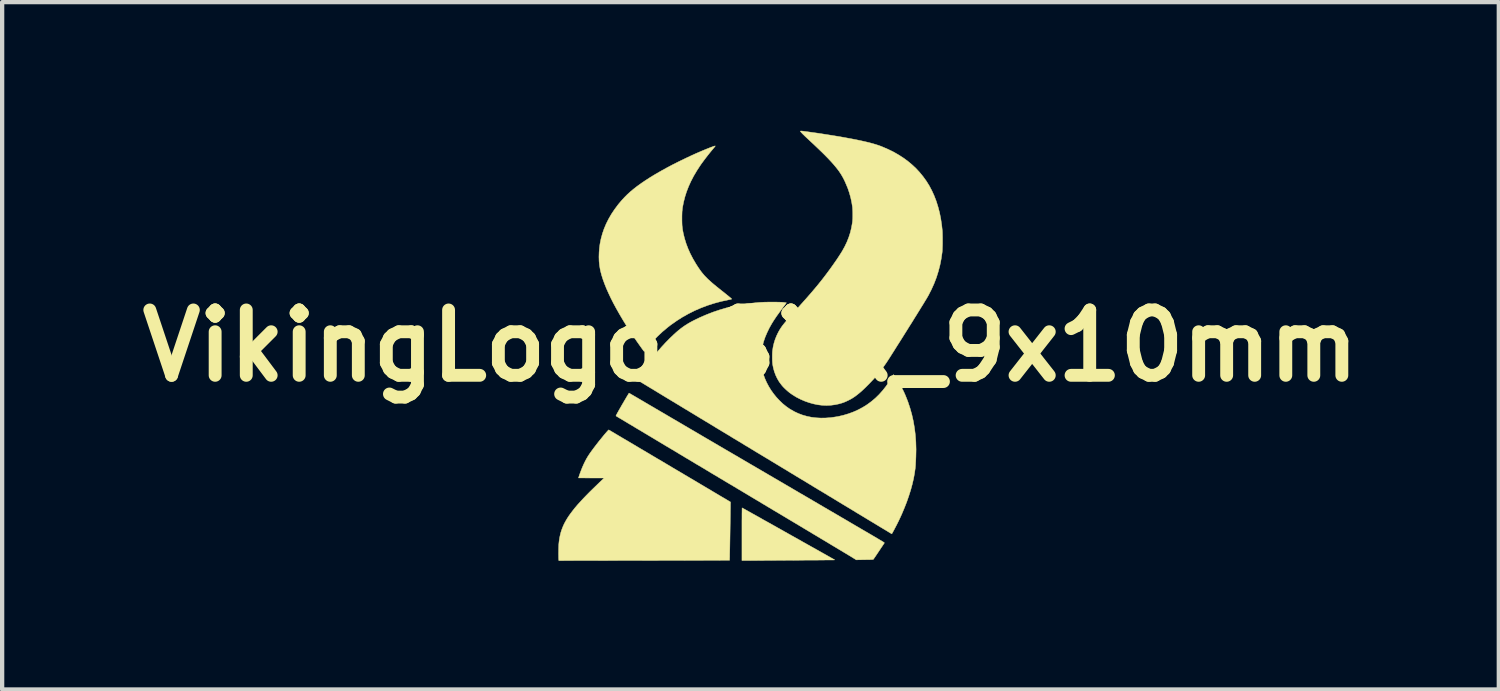
<source format=kicad_pcb>
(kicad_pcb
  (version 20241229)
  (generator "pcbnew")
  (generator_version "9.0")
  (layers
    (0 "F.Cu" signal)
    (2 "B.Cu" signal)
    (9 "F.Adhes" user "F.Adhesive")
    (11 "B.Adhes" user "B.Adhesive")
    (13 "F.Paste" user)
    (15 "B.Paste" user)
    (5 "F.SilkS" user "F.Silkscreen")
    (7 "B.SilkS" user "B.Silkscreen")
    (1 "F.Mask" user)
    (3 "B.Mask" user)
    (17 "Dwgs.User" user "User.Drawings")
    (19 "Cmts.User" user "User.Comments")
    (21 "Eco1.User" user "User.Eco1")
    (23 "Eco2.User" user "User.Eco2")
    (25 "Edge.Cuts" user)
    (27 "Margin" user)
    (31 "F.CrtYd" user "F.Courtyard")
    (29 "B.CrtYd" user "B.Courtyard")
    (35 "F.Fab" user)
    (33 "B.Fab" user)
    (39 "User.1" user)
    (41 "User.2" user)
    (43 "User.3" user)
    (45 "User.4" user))
  (footprint "VikingLogo_Silk_9x10mm"
    (layer "F.Cu")
    (at 14.449 5.012)
    (property "Reference" "VikingLogo_Silk_9x10mm" (at 0 0 0) (layer "F.SilkS") (effects (font (size 1.524 1.524) (thickness 0.3))))
    (attr through_hole)
    (fp_poly (pts (xy -0.191 3.782) (xy -0.18 3.788) (xy -0.162 3.798) (xy -0.139 3.81) (xy -0.111 3.826) (xy -0.078 3.844) (xy -0.042 3.865) (xy -0.001 3.887) (xy 0.042 3.912) (xy 0.088 3.937) (xy 0.113 3.951) (xy 0.148 3.971) (xy 0.19 3.994) (xy 0.238 4.021) (xy 0.291 4.052) (xy 0.35 4.085) (xy 0.414 4.12) (xy 0.482 4.158) (xy 0.553 4.198) (xy 0.627 4.24) (xy 0.704 4.283) (xy 0.782 4.327) (xy 0.862 4.372) (xy 0.943 4.418) (xy 1.024 4.463) (xy 1.105 4.508) (xy 1.185 4.553) (xy 1.187 4.555) (xy 1.262 4.597) (xy 1.335 4.638) (xy 1.406 4.678) (xy 1.474 4.716) (xy 1.539 4.752) (xy 1.601 4.787) (xy 1.659 4.82) (xy 1.713 4.85) (xy 1.763 4.878) (xy 1.808 4.904) (xy 1.848 4.926) (xy 1.882 4.946) (xy 1.911 4.962) (xy 1.934 4.975) (xy 1.95 4.984) (xy 1.959 4.99) (xy 1.962 4.991) (xy 1.96 4.993) (xy 1.95 4.994) (xy 1.932 4.995) (xy 1.909 4.995) (xy 1.899 4.995) (xy 1.882 4.996) (xy 1.856 4.996) (xy 1.824 4.996) (xy 1.784 4.996) (xy 1.738 4.996) (xy 1.687 4.997) (xy 1.629 4.997) (xy 1.567 4.998) (xy 1.5 4.998) (xy 1.429 4.998) (xy 1.353 4.999) (xy 1.275 4.999) (xy 1.193 5) (xy 1.109 5.001) (xy 1.022 5.001) (xy 0.936 5.002) (xy 0.846 5.002) (xy 0.759 5.003) (xy 0.673 5.003) (xy 0.589 5.004) (xy 0.508 5.004) (xy 0.43 5.005) (xy 0.356 5.005) (xy 0.285 5.006) (xy 0.22 5.006) (xy 0.159 5.007) (xy 0.103 5.007) (xy 0.054 5.007) (xy 0.01 5.007) (xy -0.026 5.008) (xy -0.056 5.008) (xy -0.078 5.008) (xy -0.09 5.008) (xy -0.199 5.008) (xy -0.199 4.394) (xy -0.199 4.307) (xy -0.199 4.226) (xy -0.199 4.151) (xy -0.199 4.082) (xy -0.198 4.019) (xy -0.198 3.964) (xy -0.198 3.915) (xy -0.197 3.873) (xy -0.197 3.839) (xy -0.196 3.812) (xy -0.196 3.794) (xy -0.195 3.783) (xy -0.195 3.78) (xy -0.191 3.782)) (stroke (width 0.01) (type solid)) (fill yes) (layer "F.SilkS"))
    (fp_poly (pts (xy -3.304 1.962) (xy -3.3 1.964) (xy -3.29 1.97) (xy -3.272 1.98) (xy -3.248 1.995) (xy -3.218 2.012) (xy -3.182 2.033) (xy -3.141 2.058) (xy -3.095 2.085) (xy -3.043 2.116) (xy -2.988 2.149) (xy -2.928 2.184) (xy -2.863 2.222) (xy -2.796 2.262) (xy -2.725 2.304) (xy -2.651 2.348) (xy -2.574 2.394) (xy -2.494 2.441) (xy -2.413 2.489) (xy -2.33 2.538) (xy -2.245 2.589) (xy -2.159 2.64) (xy -2.071 2.691) (xy -1.984 2.743) (xy -1.896 2.795) (xy -1.808 2.848) (xy -1.72 2.9) (xy -1.633 2.951) (xy -1.546 3.003) (xy -1.461 3.053) (xy -1.377 3.103) (xy -1.295 3.151) (xy -1.215 3.199) (xy -1.138 3.245) (xy -1.063 3.289) (xy -0.991 3.332) (xy -0.923 3.372) (xy -0.858 3.411) (xy -0.797 3.447) (xy -0.74 3.481) (xy -0.688 3.512) (xy -0.64 3.54) (xy -0.597 3.565) (xy -0.56 3.587) (xy -0.529 3.606) (xy -0.504 3.621) (xy -0.485 3.632) (xy -0.472 3.64) (xy -0.467 3.643) (xy -0.466 3.643) (xy -0.466 3.648) (xy -0.466 3.66) (xy -0.466 3.679) (xy -0.467 3.706) (xy -0.467 3.738) (xy -0.467 3.777) (xy -0.468 3.82) (xy -0.469 3.869) (xy -0.469 3.921) (xy -0.47 3.977) (xy -0.471 4.036) (xy -0.472 4.097) (xy -0.473 4.16) (xy -0.474 4.225) (xy -0.475 4.29) (xy -0.476 4.356) (xy -0.477 4.421) (xy -0.478 4.486) (xy -0.479 4.549) (xy -0.48 4.61) (xy -0.481 4.669) (xy -0.482 4.725) (xy -0.483 4.777) (xy -0.484 4.826) (xy -0.485 4.869) (xy -0.485 4.907) (xy -0.486 4.94) (xy -0.487 4.966) (xy -0.487 4.986) (xy -0.487 4.998) (xy -0.488 5.002) (xy -0.492 5.002) (xy -0.504 5.002) (xy -0.525 5.002) (xy -0.553 5.002) (xy -0.588 5.002) (xy -0.631 5.002) (xy -0.681 5.002) (xy -0.737 5.003) (xy -0.799 5.003) (xy -0.868 5.003) (xy -0.943 5.003) (xy -1.023 5.003) (xy -1.108 5.004) (xy -1.199 5.004) (xy -1.294 5.004) (xy -1.394 5.004) (xy -1.498 5.004) (xy -1.606 5.005) (xy -1.718 5.005) (xy -1.834 5.005) (xy -1.953 5.005) (xy -2.074 5.005) (xy -2.199 5.006) (xy -2.325 5.006) (xy -2.454 5.006) (xy -2.479 5.006) (xy -4.469 5.009) (xy -4.472 4.98) (xy -4.473 4.961) (xy -4.474 4.936) (xy -4.474 4.904) (xy -4.475 4.869) (xy -4.475 4.831) (xy -4.474 4.791) (xy -4.474 4.751) (xy -4.473 4.713) (xy -4.472 4.678) (xy -4.471 4.647) (xy -4.469 4.621) (xy -4.468 4.61) (xy -4.461 4.547) (xy -4.452 4.487) (xy -4.44 4.428) (xy -4.426 4.369) (xy -4.409 4.312) (xy -4.388 4.255) (xy -4.365 4.198) (xy -4.338 4.141) (xy -4.307 4.084) (xy -4.272 4.025) (xy -4.233 3.965) (xy -4.189 3.904) (xy -4.141 3.841) (xy -4.089 3.775) (xy -4.031 3.707) (xy -3.967 3.637) (xy -3.899 3.563) (xy -3.824 3.485) (xy -3.744 3.404) (xy -3.657 3.319) (xy -3.564 3.229) (xy -3.483 3.151) (xy -3.411 3.084) (xy -3.71 3.083) (xy -4.01 3.082) (xy -4.007 3.072) (xy -3.982 2.996) (xy -3.954 2.92) (xy -3.924 2.844) (xy -3.892 2.77) (xy -3.858 2.7) (xy -3.824 2.635) (xy -3.789 2.576) (xy -3.775 2.555) (xy -3.737 2.498) (xy -3.692 2.436) (xy -3.642 2.369) (xy -3.587 2.297) (xy -3.527 2.22) (xy -3.484 2.168) (xy -3.446 2.121) (xy -3.412 2.079) (xy -3.382 2.044) (xy -3.357 2.015) (xy -3.336 1.992) (xy -3.321 1.975) (xy -3.31 1.965) (xy -3.305 1.961) (xy -3.304 1.962)) (stroke (width 0.01) (type solid)) (fill yes) (layer "F.SilkS"))
    (fp_poly (pts (xy -2.827 1.106) (xy -2.816 1.113) (xy -2.798 1.123) (xy -2.776 1.136) (xy -2.748 1.152) (xy -2.717 1.17) (xy -2.681 1.191) (xy -2.643 1.213) (xy -2.602 1.237) (xy -2.58 1.25) (xy -2.436 1.335) (xy -2.291 1.42) (xy -2.146 1.505) (xy -2 1.59) (xy -1.853 1.677) (xy -1.703 1.764) (xy -1.552 1.853) (xy -1.399 1.943) (xy -1.243 2.034) (xy -1.084 2.128) (xy -0.921 2.223) (xy -0.754 2.321) (xy -0.583 2.421) (xy -0.408 2.523) (xy -0.227 2.629) (xy -0.041 2.738) (xy 0.151 2.85) (xy 0.348 2.965) (xy 0.553 3.085) (xy 0.764 3.208) (xy 0.817 3.239) (xy 0.979 3.334) (xy 1.137 3.427) (xy 1.292 3.517) (xy 1.444 3.606) (xy 1.591 3.692) (xy 1.734 3.776) (xy 1.873 3.857) (xy 2.007 3.935) (xy 2.136 4.011) (xy 2.26 4.083) (xy 2.378 4.153) (xy 2.491 4.219) (xy 2.597 4.281) (xy 2.697 4.339) (xy 2.791 4.394) (xy 2.878 4.445) (xy 2.946 4.485) (xy 2.989 4.511) (xy 3.026 4.533) (xy 3.057 4.551) (xy 3.081 4.566) (xy 3.099 4.577) (xy 3.112 4.586) (xy 3.119 4.592) (xy 3.122 4.596) (xy 3.122 4.596) (xy 3.12 4.601) (xy 3.113 4.612) (xy 3.102 4.628) (xy 3.088 4.649) (xy 3.072 4.674) (xy 3.053 4.701) (xy 3.033 4.731) (xy 3.012 4.763) (xy 2.991 4.795) (xy 2.969 4.827) (xy 2.949 4.858) (xy 2.929 4.887) (xy 2.911 4.914) (xy 2.895 4.937) (xy 2.882 4.956) (xy 2.872 4.971) (xy 2.866 4.979) (xy 2.864 4.981) (xy 2.86 4.983) (xy 2.851 4.984) (xy 2.835 4.985) (xy 2.813 4.986) (xy 2.785 4.987) (xy 2.749 4.988) (xy 2.705 4.988) (xy 2.663 4.989) (xy 2.466 4.992) (xy 2.346 4.917) (xy 2.336 4.911) (xy 2.319 4.901) (xy 2.295 4.887) (xy 2.265 4.868) (xy 2.228 4.846) (xy 2.184 4.82) (xy 2.135 4.79) (xy 2.079 4.757) (xy 2.018 4.72) (xy 1.951 4.68) (xy 1.879 4.637) (xy 1.802 4.59) (xy 1.72 4.541) (xy 1.632 4.489) (xy 1.541 4.434) (xy 1.445 4.377) (xy 1.344 4.316) (xy 1.24 4.254) (xy 1.132 4.189) (xy 1.02 4.122) (xy 0.904 4.053) (xy 0.786 3.982) (xy 0.664 3.909) (xy 0.539 3.835) (xy 0.412 3.759) (xy 0.282 3.681) (xy 0.15 3.602) (xy 0.016 3.522) (xy -0.12 3.44) (xy -0.258 3.358) (xy -0.398 3.274) (xy -0.452 3.242) (xy -0.592 3.159) (xy -0.729 3.077) (xy -0.865 2.996) (xy -0.998 2.916) (xy -1.129 2.837) (xy -1.258 2.761) (xy -1.384 2.685) (xy -1.507 2.612) (xy -1.627 2.54) (xy -1.743 2.47) (xy -1.857 2.402) (xy -1.967 2.337) (xy -2.073 2.273) (xy -2.175 2.212) (xy -2.273 2.153) (xy -2.367 2.097) (xy -2.456 2.044) (xy -2.54 1.993) (xy -2.62 1.946) (xy -2.695 1.901) (xy -2.764 1.859) (xy -2.829 1.821) (xy -2.887 1.786) (xy -2.94 1.754) (xy -2.987 1.726) (xy -3.028 1.701) (xy -3.063 1.681) (xy -3.091 1.664) (xy -3.112 1.651) (xy -3.127 1.642) (xy -3.135 1.637) (xy -3.136 1.637) (xy -3.136 1.634) (xy -3.134 1.628) (xy -3.13 1.619) (xy -3.123 1.605) (xy -3.113 1.587) (xy -3.101 1.564) (xy -3.085 1.536) (xy -3.066 1.502) (xy -3.043 1.462) (xy -3.016 1.415) (xy -2.989 1.367) (xy -2.963 1.324) (xy -2.94 1.283) (xy -2.917 1.245) (xy -2.897 1.21) (xy -2.878 1.179) (xy -2.862 1.153) (xy -2.849 1.131) (xy -2.84 1.116) (xy -2.833 1.107) (xy -2.831 1.104) (xy -2.827 1.106)) (stroke (width 0.01) (type solid)) (fill yes) (layer "F.SilkS"))
    (fp_poly (pts (xy -0.822 -4.66) (xy -0.822 -4.656) (xy -0.827 -4.647) (xy -0.839 -4.632) (xy -0.854 -4.614) (xy -0.9 -4.559) (xy -0.947 -4.502) (xy -0.994 -4.443) (xy -1.04 -4.384) (xy -1.083 -4.327) (xy -1.123 -4.273) (xy -1.159 -4.223) (xy -1.169 -4.208) (xy -1.25 -4.084) (xy -1.323 -3.961) (xy -1.387 -3.838) (xy -1.443 -3.715) (xy -1.49 -3.593) (xy -1.529 -3.471) (xy -1.56 -3.349) (xy -1.574 -3.277) (xy -1.581 -3.241) (xy -1.586 -3.21) (xy -1.589 -3.181) (xy -1.592 -3.154) (xy -1.595 -3.126) (xy -1.596 -3.095) (xy -1.597 -3.062) (xy -1.598 -3.023) (xy -1.598 -2.977) (xy -1.598 -2.97) (xy -1.598 -2.918) (xy -1.597 -2.874) (xy -1.596 -2.835) (xy -1.594 -2.799) (xy -1.59 -2.766) (xy -1.586 -2.732) (xy -1.581 -2.697) (xy -1.574 -2.66) (xy -1.567 -2.623) (xy -1.538 -2.504) (xy -1.501 -2.384) (xy -1.456 -2.265) (xy -1.403 -2.146) (xy -1.341 -2.027) (xy -1.271 -1.908) (xy -1.23 -1.844) (xy -1.203 -1.804) (xy -1.178 -1.768) (xy -1.153 -1.733) (xy -1.127 -1.7) (xy -1.101 -1.669) (xy -1.074 -1.637) (xy -1.044 -1.606) (xy -1.013 -1.574) (xy -0.979 -1.541) (xy -0.941 -1.507) (xy -0.9 -1.47) (xy -0.854 -1.431) (xy -0.803 -1.389) (xy -0.747 -1.344) (xy -0.685 -1.294) (xy -0.631 -1.252) (xy -0.585 -1.215) (xy -0.546 -1.183) (xy -0.513 -1.157) (xy -0.486 -1.134) (xy -0.465 -1.117) (xy -0.45 -1.104) (xy -0.441 -1.095) (xy -0.437 -1.09) (xy -0.441 -1.088) (xy -0.452 -1.084) (xy -0.469 -1.08) (xy -0.492 -1.075) (xy -0.52 -1.07) (xy -0.522 -1.069) (xy -0.685 -1.034) (xy -0.845 -0.991) (xy -1.001 -0.941) (xy -1.154 -0.883) (xy -1.304 -0.818) (xy -1.449 -0.745) (xy -1.59 -0.666) (xy -1.726 -0.579) (xy -1.858 -0.486) (xy -1.939 -0.423) (xy -2.053 -0.327) (xy -2.16 -0.227) (xy -2.261 -0.124) (xy -2.354 -0.019) (xy -2.43 0.077) (xy -2.445 0.096) (xy -2.457 0.112) (xy -2.467 0.124) (xy -2.474 0.132) (xy -2.476 0.134) (xy -2.479 0.131) (xy -2.487 0.123) (xy -2.496 0.112) (xy -2.499 0.108) (xy -2.531 0.064) (xy -2.567 0.014) (xy -2.605 -0.04) (xy -2.644 -0.095) (xy -2.683 -0.152) (xy -2.721 -0.207) (xy -2.756 -0.26) (xy -2.789 -0.308) (xy -2.8 -0.326) (xy -2.891 -0.466) (xy -2.975 -0.603) (xy -3.054 -0.737) (xy -3.127 -0.866) (xy -3.195 -0.991) (xy -3.256 -1.112) (xy -3.311 -1.229) (xy -3.361 -1.341) (xy -3.404 -1.449) (xy -3.441 -1.551) (xy -3.472 -1.649) (xy -3.496 -1.741) (xy -3.505 -1.784) (xy -3.52 -1.875) (xy -3.53 -1.971) (xy -3.533 -2.071) (xy -3.53 -2.174) (xy -3.522 -2.278) (xy -3.509 -2.375) (xy -3.485 -2.494) (xy -3.453 -2.612) (xy -3.413 -2.728) (xy -3.365 -2.842) (xy -3.308 -2.956) (xy -3.244 -3.067) (xy -3.17 -3.178) (xy -3.089 -3.287) (xy -3.072 -3.308) (xy -3.008 -3.384) (xy -2.943 -3.455) (xy -2.876 -3.523) (xy -2.804 -3.589) (xy -2.727 -3.653) (xy -2.644 -3.718) (xy -2.553 -3.783) (xy -2.547 -3.788) (xy -2.442 -3.859) (xy -2.33 -3.931) (xy -2.209 -4.004) (xy -2.082 -4.077) (xy -1.948 -4.151) (xy -1.808 -4.225) (xy -1.663 -4.298) (xy -1.512 -4.371) (xy -1.357 -4.444) (xy -1.342 -4.45) (xy -1.295 -4.472) (xy -1.247 -4.493) (xy -1.198 -4.514) (xy -1.15 -4.535) (xy -1.102 -4.555) (xy -1.056 -4.574) (xy -1.012 -4.592) (xy -0.971 -4.608) (xy -0.934 -4.623) (xy -0.901 -4.635) (xy -0.872 -4.646) (xy -0.85 -4.653) (xy -0.833 -4.658) (xy -0.823 -4.66) (xy -0.822 -4.66)) (stroke (width 0.01) (type solid)) (fill yes) (layer "F.SilkS"))
    (fp_poly (pts (xy 0.558 -1.018) (xy 0.605 -1.018) (xy 0.65 -1.017) (xy 0.69 -1.016) (xy 0.725 -1.015) (xy 0.755 -1.013) (xy 0.777 -1.011) (xy 0.783 -1.01) (xy 0.803 -1.007) (xy 0.82 -1.005) (xy 0.832 -1.003) (xy 0.837 -1.002) (xy 0.837 -1.001) (xy 0.835 -0.998) (xy 0.828 -0.988) (xy 0.818 -0.973) (xy 0.803 -0.954) (xy 0.786 -0.93) (xy 0.766 -0.904) (xy 0.745 -0.875) (xy 0.736 -0.863) (xy 0.692 -0.805) (xy 0.654 -0.752) (xy 0.619 -0.704) (xy 0.588 -0.659) (xy 0.56 -0.617) (xy 0.533 -0.576) (xy 0.508 -0.535) (xy 0.499 -0.521) (xy 0.438 -0.413) (xy 0.386 -0.305) (xy 0.341 -0.199) (xy 0.305 -0.093) (xy 0.278 0.012) (xy 0.259 0.117) (xy 0.248 0.22) (xy 0.245 0.323) (xy 0.251 0.425) (xy 0.266 0.526) (xy 0.277 0.583) (xy 0.303 0.675) (xy 0.337 0.767) (xy 0.378 0.859) (xy 0.425 0.948) (xy 0.479 1.036) (xy 0.539 1.12) (xy 0.604 1.2) (xy 0.674 1.275) (xy 0.747 1.346) (xy 0.825 1.41) (xy 0.905 1.467) (xy 0.928 1.481) (xy 1.02 1.534) (xy 1.116 1.579) (xy 1.215 1.616) (xy 1.317 1.645) (xy 1.423 1.667) (xy 1.531 1.68) (xy 1.643 1.686) (xy 1.758 1.684) (xy 1.876 1.675) (xy 1.997 1.657) (xy 2.045 1.649) (xy 2.169 1.62) (xy 2.289 1.584) (xy 2.405 1.541) (xy 2.516 1.491) (xy 2.622 1.434) (xy 2.724 1.37) (xy 2.82 1.299) (xy 2.913 1.221) (xy 3 1.136) (xy 3.083 1.043) (xy 3.161 0.944) (xy 3.235 0.838) (xy 3.296 0.737) (xy 3.333 0.673) (xy 3.343 0.683) (xy 3.354 0.694) (xy 3.368 0.711) (xy 3.384 0.733) (xy 3.402 0.757) (xy 3.419 0.783) (xy 3.436 0.809) (xy 3.448 0.829) (xy 3.463 0.855) (xy 3.481 0.887) (xy 3.5 0.924) (xy 3.52 0.964) (xy 3.541 1.005) (xy 3.561 1.046) (xy 3.58 1.085) (xy 3.596 1.121) (xy 3.61 1.152) (xy 3.611 1.154) (xy 3.669 1.301) (xy 3.719 1.451) (xy 3.762 1.603) (xy 3.797 1.758) (xy 3.824 1.915) (xy 3.844 2.076) (xy 3.856 2.24) (xy 3.861 2.408) (xy 3.861 2.43) (xy 3.86 2.475) (xy 3.859 2.524) (xy 3.858 2.575) (xy 3.856 2.627) (xy 3.854 2.679) (xy 3.851 2.728) (xy 3.849 2.774) (xy 3.846 2.814) (xy 3.843 2.848) (xy 3.842 2.857) (xy 3.825 2.977) (xy 3.802 3.102) (xy 3.772 3.23) (xy 3.736 3.363) (xy 3.693 3.498) (xy 3.645 3.637) (xy 3.59 3.777) (xy 3.53 3.92) (xy 3.478 4.034) (xy 3.464 4.063) (xy 3.449 4.095) (xy 3.432 4.128) (xy 3.415 4.163) (xy 3.397 4.197) (xy 3.379 4.232) (xy 3.362 4.264) (xy 3.346 4.295) (xy 3.331 4.322) (xy 3.318 4.346) (xy 3.308 4.365) (xy 3.3 4.378) (xy 3.295 4.385) (xy 3.294 4.386) (xy 3.29 4.384) (xy 3.279 4.377) (xy 3.261 4.366) (xy 3.237 4.352) (xy 3.206 4.333) (xy 3.169 4.31) (xy 3.125 4.284) (xy 3.075 4.254) (xy 3.02 4.221) (xy 2.959 4.184) (xy 2.892 4.143) (xy 2.82 4.1) (xy 2.742 4.053) (xy 2.66 4.003) (xy 2.572 3.95) (xy 2.48 3.895) (xy 2.384 3.836) (xy 2.283 3.775) (xy 2.178 3.712) (xy 2.069 3.646) (xy 1.956 3.577) (xy 1.839 3.507) (xy 1.719 3.434) (xy 1.595 3.36) (xy 1.468 3.283) (xy 1.339 3.204) (xy 1.206 3.124) (xy 1.071 3.043) (xy 0.933 2.959) (xy 0.793 2.874) (xy 0.651 2.788) (xy 0.507 2.701) (xy 0.361 2.613) (xy 0.32 2.588) (xy 0.173 2.5) (xy 0.028 2.412) (xy -0.115 2.326) (xy -0.255 2.24) (xy -0.394 2.157) (xy -0.53 2.074) (xy -0.663 1.994) (xy -0.794 1.915) (xy -0.921 1.837) (xy -1.046 1.762) (xy -1.167 1.689) (xy -1.285 1.617) (xy -1.399 1.548) (xy -1.509 1.482) (xy -1.616 1.417) (xy -1.718 1.355) (xy -1.816 1.296) (xy -1.909 1.24) (xy -1.998 1.186) (xy -2.082 1.135) (xy -2.161 1.087) (xy -2.235 1.042) (xy -2.303 1.001) (xy -2.366 0.963) (xy -2.423 0.928) (xy -2.475 0.897) (xy -2.52 0.869) (xy -2.559 0.846) (xy -2.592 0.826) (xy -2.619 0.81) (xy -2.638 0.798) (xy -2.651 0.79) (xy -2.657 0.786) (xy -2.657 0.786) (xy -2.657 0.781) (xy -2.651 0.769) (xy -2.64 0.751) (xy -2.624 0.727) (xy -2.603 0.697) (xy -2.577 0.661) (xy -2.547 0.619) (xy -2.512 0.572) (xy -2.479 0.527) (xy -2.376 0.392) (xy -2.274 0.265) (xy -2.174 0.145) (xy -2.077 0.033) (xy -1.981 -0.071) (xy -1.887 -0.167) (xy -1.795 -0.255) (xy -1.727 -0.317) (xy -1.674 -0.362) (xy -1.621 -0.404) (xy -1.568 -0.443) (xy -1.514 -0.48) (xy -1.456 -0.516) (xy -1.395 -0.551) (xy -1.329 -0.586) (xy -1.256 -0.622) (xy -1.177 -0.66) (xy -1.026 -0.725) (xy -0.874 -0.784) (xy -0.72 -0.836) (xy -0.564 -0.882) (xy -0.405 -0.92) (xy -0.243 -0.953) (xy -0.076 -0.98) (xy 0.097 -1) (xy 0.207 -1.01) (xy 0.239 -1.012) (xy 0.276 -1.014) (xy 0.318 -1.016) (xy 0.363 -1.017) (xy 0.411 -1.018) (xy 0.46 -1.018) (xy 0.51 -1.018) (xy 0.558 -1.018)) (stroke (width 0.01) (type solid)) (fill yes) (layer "F.SilkS"))
    (fp_poly (pts (xy 1.192 -5.007) (xy 1.209 -5.005) (xy 1.231 -5.003) (xy 1.26 -4.999) (xy 1.295 -4.994) (xy 1.335 -4.989) (xy 1.456 -4.972) (xy 1.579 -4.955) (xy 1.701 -4.936) (xy 1.822 -4.917) (xy 1.941 -4.898) (xy 2.058 -4.879) (xy 2.171 -4.859) (xy 2.279 -4.839) (xy 2.382 -4.82) (xy 2.479 -4.801) (xy 2.569 -4.782) (xy 2.631 -4.768) (xy 2.711 -4.75) (xy 2.784 -4.732) (xy 2.85 -4.714) (xy 2.911 -4.696) (xy 2.968 -4.678) (xy 3.023 -4.659) (xy 3.059 -4.645) (xy 3.192 -4.588) (xy 3.32 -4.527) (xy 3.44 -4.459) (xy 3.554 -4.387) (xy 3.662 -4.309) (xy 3.762 -4.226) (xy 3.857 -4.138) (xy 3.944 -4.044) (xy 4.025 -3.945) (xy 4.1 -3.841) (xy 4.168 -3.732) (xy 4.229 -3.617) (xy 4.284 -3.496) (xy 4.332 -3.371) (xy 4.373 -3.24) (xy 4.409 -3.103) (xy 4.437 -2.962) (xy 4.459 -2.815) (xy 4.473 -2.684) (xy 4.475 -2.654) (xy 4.476 -2.617) (xy 4.477 -2.575) (xy 4.478 -2.529) (xy 4.478 -2.48) (xy 4.478 -2.431) (xy 4.478 -2.381) (xy 4.477 -2.333) (xy 4.475 -2.287) (xy 4.474 -2.246) (xy 4.472 -2.21) (xy 4.469 -2.181) (xy 4.469 -2.176) (xy 4.447 -2.026) (xy 4.418 -1.878) (xy 4.38 -1.733) (xy 4.335 -1.59) (xy 4.281 -1.45) (xy 4.219 -1.312) (xy 4.15 -1.177) (xy 4.116 -1.118) (xy 4.102 -1.094) (xy 4.084 -1.065) (xy 4.062 -1.029) (xy 4.037 -0.987) (xy 4.008 -0.94) (xy 3.976 -0.889) (xy 3.942 -0.833) (xy 3.905 -0.774) (xy 3.867 -0.712) (xy 3.826 -0.647) (xy 3.785 -0.58) (xy 3.742 -0.511) (xy 3.698 -0.442) (xy 3.654 -0.371) (xy 3.61 -0.301) (xy 3.566 -0.231) (xy 3.523 -0.162) (xy 3.48 -0.094) (xy 3.438 -0.028) (xy 3.398 0.035) (xy 3.36 0.096) (xy 3.324 0.153) (xy 3.29 0.206) (xy 3.259 0.255) (xy 3.231 0.299) (xy 3.206 0.338) (xy 3.185 0.37) (xy 3.168 0.396) (xy 3.161 0.406) (xy 3.074 0.529) (xy 2.979 0.65) (xy 2.877 0.77) (xy 2.766 0.887) (xy 2.743 0.91) (xy 2.685 0.968) (xy 2.632 1.019) (xy 2.582 1.065) (xy 2.535 1.105) (xy 2.49 1.141) (xy 2.447 1.174) (xy 2.405 1.203) (xy 2.364 1.229) (xy 2.321 1.253) (xy 2.28 1.274) (xy 2.235 1.295) (xy 2.194 1.313) (xy 2.155 1.328) (xy 2.116 1.34) (xy 2.073 1.352) (xy 2.073 1.353) (xy 1.975 1.374) (xy 1.876 1.387) (xy 1.776 1.392) (xy 1.677 1.388) (xy 1.674 1.388) (xy 1.573 1.376) (xy 1.471 1.355) (xy 1.37 1.327) (xy 1.27 1.292) (xy 1.172 1.25) (xy 1.077 1.202) (xy 0.987 1.147) (xy 0.915 1.097) (xy 0.877 1.066) (xy 0.838 1.032) (xy 0.799 0.995) (xy 0.762 0.958) (xy 0.731 0.922) (xy 0.723 0.912) (xy 0.67 0.841) (xy 0.625 0.765) (xy 0.587 0.685) (xy 0.556 0.601) (xy 0.532 0.513) (xy 0.518 0.44) (xy 0.515 0.413) (xy 0.512 0.378) (xy 0.51 0.34) (xy 0.509 0.298) (xy 0.509 0.255) (xy 0.509 0.213) (xy 0.51 0.174) (xy 0.512 0.139) (xy 0.514 0.119) (xy 0.528 0.025) (xy 0.549 -0.064) (xy 0.576 -0.15) (xy 0.61 -0.234) (xy 0.631 -0.279) (xy 0.646 -0.308) (xy 0.66 -0.335) (xy 0.675 -0.361) (xy 0.691 -0.387) (xy 0.707 -0.413) (xy 0.725 -0.439) (xy 0.745 -0.467) (xy 0.768 -0.496) (xy 0.793 -0.528) (xy 0.822 -0.562) (xy 0.854 -0.6) (xy 0.891 -0.642) (xy 0.932 -0.689) (xy 0.978 -0.741) (xy 1.015 -0.783) (xy 1.043 -0.814) (xy 1.074 -0.849) (xy 1.109 -0.887) (xy 1.144 -0.926) (xy 1.178 -0.965) (xy 1.211 -1.001) (xy 1.229 -1.022) (xy 1.301 -1.102) (xy 1.367 -1.178) (xy 1.429 -1.249) (xy 1.487 -1.318) (xy 1.543 -1.384) (xy 1.596 -1.449) (xy 1.648 -1.514) (xy 1.699 -1.579) (xy 1.75 -1.646) (xy 1.781 -1.687) (xy 1.821 -1.741) (xy 1.862 -1.797) (xy 1.903 -1.854) (xy 1.944 -1.912) (xy 1.983 -1.968) (xy 2.021 -2.023) (xy 2.056 -2.076) (xy 2.087 -2.124) (xy 2.115 -2.168) (xy 2.137 -2.203) (xy 2.197 -2.311) (xy 2.249 -2.42) (xy 2.292 -2.529) (xy 2.328 -2.64) (xy 2.355 -2.753) (xy 2.375 -2.867) (xy 2.38 -2.906) (xy 2.382 -2.934) (xy 2.384 -2.968) (xy 2.385 -3.007) (xy 2.385 -3.049) (xy 2.385 -3.091) (xy 2.384 -3.133) (xy 2.382 -3.173) (xy 2.38 -3.207) (xy 2.378 -3.234) (xy 2.36 -3.347) (xy 2.336 -3.458) (xy 2.305 -3.568) (xy 2.267 -3.679) (xy 2.22 -3.79) (xy 2.204 -3.827) (xy 2.179 -3.879) (xy 2.155 -3.925) (xy 2.131 -3.967) (xy 2.106 -4.008) (xy 2.089 -4.034) (xy 2.058 -4.079) (xy 2.022 -4.127) (xy 1.982 -4.176) (xy 1.938 -4.229) (xy 1.888 -4.285) (xy 1.833 -4.344) (xy 1.773 -4.406) (xy 1.707 -4.473) (xy 1.635 -4.543) (xy 1.557 -4.618) (xy 1.473 -4.698) (xy 1.405 -4.761) (xy 1.356 -4.807) (xy 1.312 -4.848) (xy 1.274 -4.883) (xy 1.243 -4.914) (xy 1.216 -4.94) (xy 1.196 -4.961) (xy 1.18 -4.978) (xy 1.17 -4.991) (xy 1.165 -4.999) (xy 1.164 -5.002) (xy 1.165 -5.005) (xy 1.167 -5.006) (xy 1.172 -5.007) (xy 1.18 -5.007) (xy 1.192 -5.007)) (stroke (width 0.01) (type solid)) (fill yes) (layer "F.SilkS")))
  (gr_rect
    (start -3 -3)
    (end 31.898 13.027)
    (stroke (width 0.1) (type default))
    (fill no)
    (layer "Edge.Cuts")))
</source>
